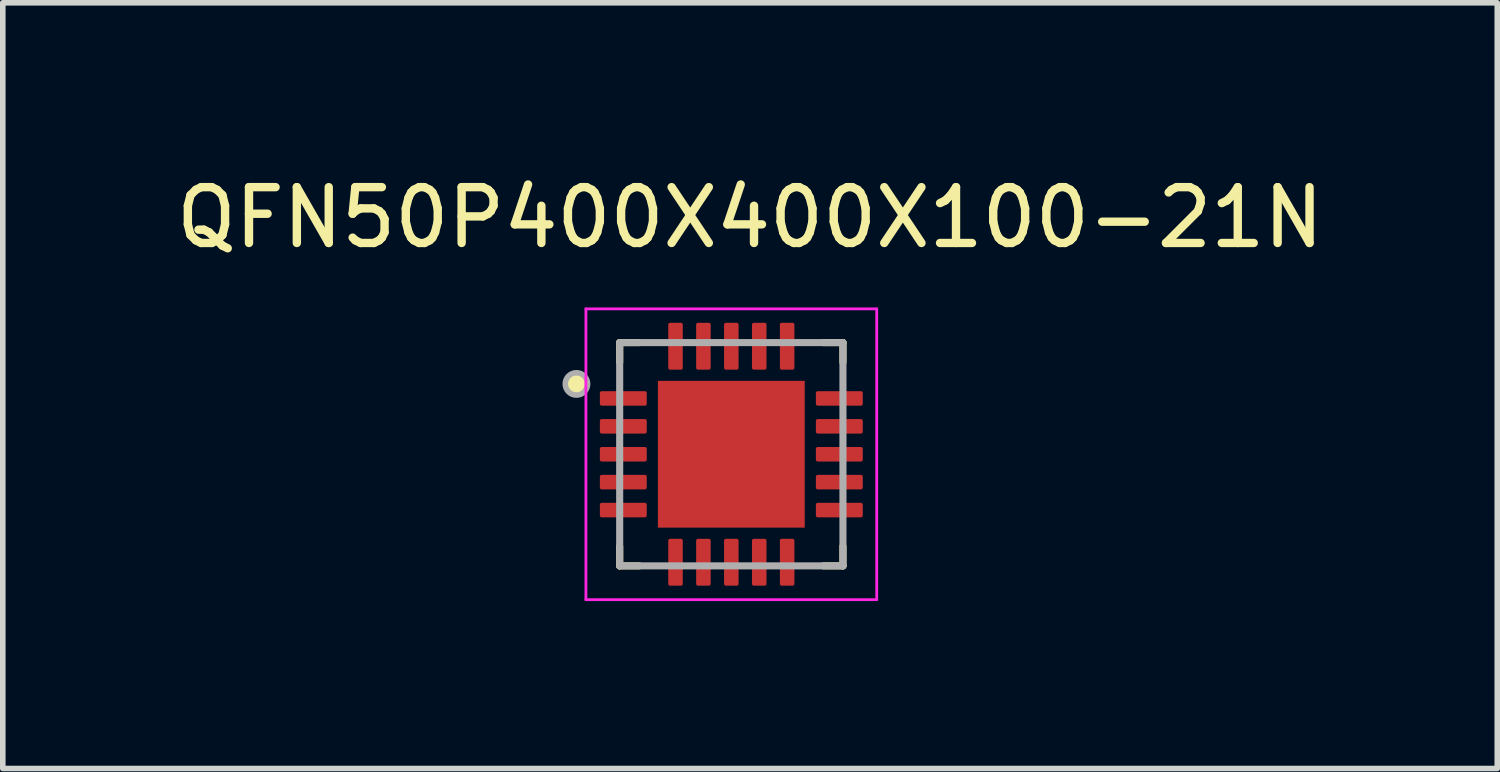
<source format=kicad_pcb>
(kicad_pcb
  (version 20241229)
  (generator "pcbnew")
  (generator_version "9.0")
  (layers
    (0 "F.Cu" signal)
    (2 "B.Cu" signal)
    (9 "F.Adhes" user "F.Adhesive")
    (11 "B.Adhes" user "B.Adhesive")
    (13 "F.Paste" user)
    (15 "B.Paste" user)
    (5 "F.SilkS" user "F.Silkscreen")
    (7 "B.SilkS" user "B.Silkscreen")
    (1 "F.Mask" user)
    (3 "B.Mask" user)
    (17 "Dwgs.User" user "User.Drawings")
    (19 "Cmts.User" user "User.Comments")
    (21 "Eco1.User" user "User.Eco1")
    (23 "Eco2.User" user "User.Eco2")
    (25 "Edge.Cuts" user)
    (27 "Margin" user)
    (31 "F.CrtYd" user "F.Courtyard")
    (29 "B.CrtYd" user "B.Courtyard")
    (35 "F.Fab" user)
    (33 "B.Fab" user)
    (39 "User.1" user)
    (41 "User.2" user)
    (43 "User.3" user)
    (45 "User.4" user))
  (footprint "QFN50P400X400X100-21N"
    (layer "F.Cu")
    (at 10.052 5.088)
    (property "Reference" "QFN50P400X400X100-21N" (at 0.335 -4.24 0) (layer "F.SilkS") (effects (font (size 1 1) (thickness 0.15))))
    (attr smd)
    (fp_line (start -2 -2) (end -2 -1.65) (stroke (width 0.127) (type solid)) (layer "F.SilkS"))
    (fp_line (start -2 -2) (end -1.65 -2) (stroke (width 0.127) (type solid)) (layer "F.SilkS"))
    (fp_line (start -2 2) (end -2 1.65) (stroke (width 0.127) (type solid)) (layer "F.SilkS"))
    (fp_line (start -2 2) (end -1.65 2) (stroke (width 0.127) (type solid)) (layer "F.SilkS"))
    (fp_line (start 2 -2) (end 1.65 -2) (stroke (width 0.127) (type solid)) (layer "F.SilkS"))
    (fp_line (start 2 -2) (end 2 -1.65) (stroke (width 0.127) (type solid)) (layer "F.SilkS"))
    (fp_line (start 2 2) (end 1.65 2) (stroke (width 0.127) (type solid)) (layer "F.SilkS"))
    (fp_line (start 2 2) (end 2 1.65) (stroke (width 0.127) (type solid)) (layer "F.SilkS"))
    (fp_circle (center -2.775 -1.26) (end -2.575 -1.26) (stroke (width 0) (type solid)) (fill yes) (layer "F.SilkS"))
    (fp_poly (pts (xy -1.15 -1.15) (xy -0.17 -1.15) (xy -0.17 -0.17) (xy -1.15 -0.17)) (stroke (width 0.01) (type solid)) (fill yes) (layer "F.Paste"))
    (fp_poly (pts (xy -1.15 0.17) (xy -0.17 0.17) (xy -0.17 1.15) (xy -1.15 1.15)) (stroke (width 0.01) (type solid)) (fill yes) (layer "F.Paste"))
    (fp_poly (pts (xy 0.17 -1.15) (xy 1.15 -1.15) (xy 1.15 -0.17) (xy 0.17 -0.17)) (stroke (width 0.01) (type solid)) (fill yes) (layer "F.Paste"))
    (fp_poly (pts (xy 0.17 0.17) (xy 1.15 0.17) (xy 1.15 1.15) (xy 0.17 1.15)) (stroke (width 0.01) (type solid)) (fill yes) (layer "F.Paste"))
    (fp_line (start -2.605 -2.605) (end 2.605 -2.605) (stroke (width 0.05) (type solid)) (layer "F.CrtYd"))
    (fp_line (start -2.605 2.605) (end -2.605 -2.605) (stroke (width 0.05) (type solid)) (layer "F.CrtYd"))
    (fp_line (start -2.605 2.605) (end 2.605 2.605) (stroke (width 0.05) (type solid)) (layer "F.CrtYd"))
    (fp_line (start 2.605 2.605) (end 2.605 -2.605) (stroke (width 0.05) (type solid)) (layer "F.CrtYd"))
    (fp_line (start -2 2) (end -2 -2) (stroke (width 0.127) (type solid)) (layer "F.Fab"))
    (fp_line (start 2 -2) (end -2 -2) (stroke (width 0.127) (type solid)) (layer "F.Fab"))
    (fp_line (start 2 2) (end -2 2) (stroke (width 0.127) (type solid)) (layer "F.Fab"))
    (fp_line (start 2 2) (end 2 -2) (stroke (width 0.127) (type solid)) (layer "F.Fab"))
    (fp_circle (center -2.775 -1.26) (end -2.575 -1.26) (stroke (width 0.1) (type solid)) (fill no) (layer "F.Fab"))
    (pad "1" smd roundrect (at -1.935 -1) (size 0.84 0.26) (layers "F.Cu" "F.Mask" "F.Paste") (roundrect_rratio 0.125))
    (pad "2" smd roundrect (at -1.935 -0.5) (size 0.84 0.26) (layers "F.Cu" "F.Mask" "F.Paste") (roundrect_rratio 0.125))
    (pad "3" smd roundrect (at -1.935 0) (size 0.84 0.26) (layers "F.Cu" "F.Mask" "F.Paste") (roundrect_rratio 0.125))
    (pad "4" smd roundrect (at -1.935 0.5) (size 0.84 0.26) (layers "F.Cu" "F.Mask" "F.Paste") (roundrect_rratio 0.125))
    (pad "5" smd roundrect (at -1.935 1) (size 0.84 0.26) (layers "F.Cu" "F.Mask" "F.Paste") (roundrect_rratio 0.125))
    (pad "6" smd roundrect (at -1 1.935) (size 0.26 0.84) (layers "F.Cu" "F.Mask" "F.Paste") (roundrect_rratio 0.125))
    (pad "7" smd roundrect (at -0.5 1.935) (size 0.26 0.84) (layers "F.Cu" "F.Mask" "F.Paste") (roundrect_rratio 0.125))
    (pad "8" smd roundrect (at 0 1.935) (size 0.26 0.84) (layers "F.Cu" "F.Mask" "F.Paste") (roundrect_rratio 0.125))
    (pad "9" smd roundrect (at 0.5 1.935) (size 0.26 0.84) (layers "F.Cu" "F.Mask" "F.Paste") (roundrect_rratio 0.125))
    (pad "10" smd roundrect (at 1 1.935) (size 0.26 0.84) (layers "F.Cu" "F.Mask" "F.Paste") (roundrect_rratio 0.125))
    (pad "11" smd roundrect (at 1.935 1) (size 0.84 0.26) (layers "F.Cu" "F.Mask" "F.Paste") (roundrect_rratio 0.125))
    (pad "12" smd roundrect (at 1.935 0.5) (size 0.84 0.26) (layers "F.Cu" "F.Mask" "F.Paste") (roundrect_rratio 0.125))
    (pad "13" smd roundrect (at 1.935 0) (size 0.84 0.26) (layers "F.Cu" "F.Mask" "F.Paste") (roundrect_rratio 0.125))
    (pad "14" smd roundrect (at 1.935 -0.5) (size 0.84 0.26) (layers "F.Cu" "F.Mask" "F.Paste") (roundrect_rratio 0.125))
    (pad "15" smd roundrect (at 1.935 -1) (size 0.84 0.26) (layers "F.Cu" "F.Mask" "F.Paste") (roundrect_rratio 0.125))
    (pad "16" smd roundrect (at 1 -1.935) (size 0.26 0.84) (layers "F.Cu" "F.Mask" "F.Paste") (roundrect_rratio 0.125))
    (pad "17" smd roundrect (at 0.5 -1.935) (size 0.26 0.84) (layers "F.Cu" "F.Mask" "F.Paste") (roundrect_rratio 0.125))
    (pad "18" smd roundrect (at 0 -1.935) (size 0.26 0.84) (layers "F.Cu" "F.Mask" "F.Paste") (roundrect_rratio 0.125))
    (pad "19" smd roundrect (at -0.5 -1.935) (size 0.26 0.84) (layers "F.Cu" "F.Mask" "F.Paste") (roundrect_rratio 0.125))
    (pad "20" smd roundrect (at -1 -1.935) (size 0.26 0.84) (layers "F.Cu" "F.Mask" "F.Paste") (roundrect_rratio 0.125))
    (pad "21" smd rect (at 0 0) (size 2.63 2.63) (layers "F.Cu" "F.Mask")))
  (gr_rect
    (start -3 -3)
    (end 23.774 10.718)
    (stroke (width 0.1) (type default))
    (fill no)
    (layer "Edge.Cuts")))
</source>
